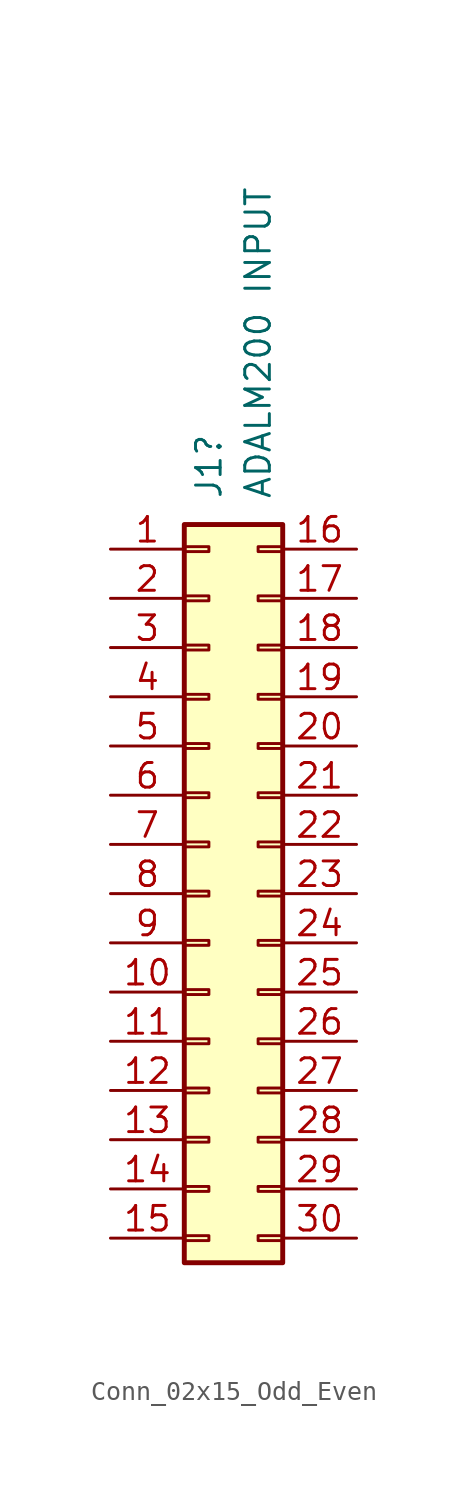
<source format=kicad_sym>
(kicad_symbol_lib
  (version 20211014)
  (generator kicad_symbol_editor)
  (symbol "Conn_02x15_Odd_Even"
    (pin_names
      (offset 1.016) hide)
    (property "Reference" "J1"
      (at -0.0001 20.32 90)
      (effects (font (size 1.27 1.27)) (justify left)))
    (property "Value" "ADALM200 INPUT"
      (at 2.54 20.32 90)
      (effects (font (size 1.27 1.27)) (justify left)))
    (symbol "Conn_02x15_Odd_Even_1_1"
      (rectangle (start -1.27 -17.653) (end 0 -17.907) (stroke (width 0.152) (type default) (color 0 0 0 0)) (fill (type none)))
      (rectangle (start -1.27 -15.113) (end 0 -15.367) (stroke (width 0.152) (type default) (color 0 0 0 0)) (fill (type none)))
      (rectangle (start -1.27 -12.573) (end 0 -12.827) (stroke (width 0.152) (type default) (color 0 0 0 0)) (fill (type none)))
      (rectangle (start -1.27 -10.033) (end 0 -10.287) (stroke (width 0.152) (type default) (color 0 0 0 0)) (fill (type none)))
      (rectangle (start -1.27 -7.493) (end 0 -7.747) (stroke (width 0.152) (type default) (color 0 0 0 0)) (fill (type none)))
      (rectangle (start -1.27 -4.953) (end 0 -5.207) (stroke (width 0.152) (type default) (color 0 0 0 0)) (fill (type none)))
      (rectangle (start -1.27 -2.413) (end 0 -2.667) (stroke (width 0.152) (type default) (color 0 0 0 0)) (fill (type none)))
      (rectangle (start -1.27 0.127) (end 0 -0.127) (stroke (width 0.152) (type default) (color 0 0 0 0)) (fill (type none)))
      (rectangle (start -1.27 2.667) (end 0 2.413) (stroke (width 0.152) (type default) (color 0 0 0 0)) (fill (type none)))
      (rectangle (start -1.27 5.207) (end 0 4.953) (stroke (width 0.152) (type default) (color 0 0 0 0)) (fill (type none)))
      (rectangle (start -1.27 7.747) (end 0 7.493) (stroke (width 0.152) (type default) (color 0 0 0 0)) (fill (type none)))
      (rectangle (start -1.27 10.287) (end 0 10.033) (stroke (width 0.152) (type default) (color 0 0 0 0)) (fill (type none)))
      (rectangle (start -1.27 12.827) (end 0 12.573) (stroke (width 0.152) (type default) (color 0 0 0 0)) (fill (type none)))
      (rectangle (start -1.27 15.367) (end 0 15.113) (stroke (width 0.152) (type default) (color 0 0 0 0)) (fill (type none)))
      (rectangle (start -1.27 17.907) (end 0 17.653) (stroke (width 0.152) (type default) (color 0 0 0 0)) (fill (type none)))
      (rectangle (start -1.27 19.05) (end 3.81 -19.05) (stroke (width 0.254) (type default) (color 0 0 0 0)) (fill (type background)))
      (rectangle (start 3.81 -17.653) (end 2.54 -17.907) (stroke (width 0.152) (type default) (color 0 0 0 0)) (fill (type none)))
      (rectangle (start 3.81 -15.113) (end 2.54 -15.367) (stroke (width 0.152) (type default) (color 0 0 0 0)) (fill (type none)))
      (rectangle (start 3.81 -12.573) (end 2.54 -12.827) (stroke (width 0.152) (type default) (color 0 0 0 0)) (fill (type none)))
      (rectangle (start 3.81 -10.033) (end 2.54 -10.287) (stroke (width 0.152) (type default) (color 0 0 0 0)) (fill (type none)))
      (rectangle (start 3.81 -7.493) (end 2.54 -7.747) (stroke (width 0.152) (type default) (color 0 0 0 0)) (fill (type none)))
      (rectangle (start 3.81 -4.953) (end 2.54 -5.207) (stroke (width 0.152) (type default) (color 0 0 0 0)) (fill (type none)))
      (rectangle (start 3.81 -2.413) (end 2.54 -2.667) (stroke (width 0.152) (type default) (color 0 0 0 0)) (fill (type none)))
      (rectangle (start 3.81 0.127) (end 2.54 -0.127) (stroke (width 0.152) (type default) (color 0 0 0 0)) (fill (type none)))
      (rectangle (start 3.81 2.667) (end 2.54 2.413) (stroke (width 0.152) (type default) (color 0 0 0 0)) (fill (type none)))
      (rectangle (start 3.81 5.207) (end 2.54 4.953) (stroke (width 0.152) (type default) (color 0 0 0 0)) (fill (type none)))
      (rectangle (start 3.81 7.747) (end 2.54 7.493) (stroke (width 0.152) (type default) (color 0 0 0 0)) (fill (type none)))
      (rectangle (start 3.81 10.287) (end 2.54 10.033) (stroke (width 0.152) (type default) (color 0 0 0 0)) (fill (type none)))
      (rectangle (start 3.81 12.827) (end 2.54 12.573) (stroke (width 0.152) (type default) (color 0 0 0 0)) (fill (type none)))
      (rectangle (start 3.81 15.367) (end 2.54 15.113) (stroke (width 0.152) (type default) (color 0 0 0 0)) (fill (type none)))
      (rectangle (start 3.81 17.907) (end 2.54 17.653) (stroke (width 0.152) (type default) (color 0 0 0 0)) (fill (type none)))
      (pin passive line (at -5.08 17.78 0) (length 3.81) (name "Pin_1" (effects (font (size 1.27 1.27)))) (number "1" (effects (font (size 1.27 1.27)))))
      (pin passive line (at -5.08 -5.08 0) (length 3.81) (name "Pin_10" (effects (font (size 1.27 1.27)))) (number "10" (effects (font (size 1.27 1.27)))))
      (pin passive line (at -5.08 -7.62 0) (length 3.81) (name "Pin_1" (effects (font (size 1.27 1.27)))) (number "11" (effects (font (size 1.27 1.27)))))
      (pin passive line (at -5.08 -10.16 0) (length 3.81) (name "Pin_12" (effects (font (size 1.27 1.27)))) (number "12" (effects (font (size 1.27 1.27)))))
      (pin passive line (at -5.08 -12.7 0) (length 3.81) (name "Pin_13" (effects (font (size 1.27 1.27)))) (number "13" (effects (font (size 1.27 1.27)))))
      (pin passive line (at -5.08 -15.24 0) (length 3.81) (name "Pin_14" (effects (font (size 1.27 1.27)))) (number "14" (effects (font (size 1.27 1.27)))))
      (pin passive line (at -5.08 -17.78 0) (length 3.81) (name "Pin_15" (effects (font (size 1.27 1.27)))) (number "15" (effects (font (size 1.27 1.27)))))
      (pin passive line (at 7.62 17.78 180) (length 3.81) (name "Pin_16" (effects (font (size 1.27 1.27)))) (number "16" (effects (font (size 1.27 1.27)))))
      (pin passive line (at 7.62 15.24 180) (length 3.81) (name "Pin_17" (effects (font (size 1.27 1.27)))) (number "17" (effects (font (size 1.27 1.27)))))
      (pin passive line (at 7.62 12.7 180) (length 3.81) (name "Pin_18" (effects (font (size 1.27 1.27)))) (number "18" (effects (font (size 1.27 1.27)))))
      (pin passive line (at 7.62 10.16 180) (length 3.81) (name "Pin_19" (effects (font (size 1.27 1.27)))) (number "19" (effects (font (size 1.27 1.27)))))
      (pin passive line (at -5.08 15.24 0) (length 3.81) (name "Pin_2" (effects (font (size 1.27 1.27)))) (number "2" (effects (font (size 1.27 1.27)))))
      (pin passive line (at 7.62 7.62 180) (length 3.81) (name "Pin_20" (effects (font (size 1.27 1.27)))) (number "20" (effects (font (size 1.27 1.27)))))
      (pin passive line (at 7.62 5.08 180) (length 3.81) (name "Pin_21" (effects (font (size 1.27 1.27)))) (number "21" (effects (font (size 1.27 1.27)))))
      (pin passive line (at 7.62 2.54 180) (length 3.81) (name "Pin_22" (effects (font (size 1.27 1.27)))) (number "22" (effects (font (size 1.27 1.27)))))
      (pin passive line (at 7.62 0 180) (length 3.81) (name "Pin_23" (effects (font (size 1.27 1.27)))) (number "23" (effects (font (size 1.27 1.27)))))
      (pin passive line (at 7.62 -2.54 180) (length 3.81) (name "Pin_24" (effects (font (size 1.27 1.27)))) (number "24" (effects (font (size 1.27 1.27)))))
      (pin passive line (at 7.62 -5.08 180) (length 3.81) (name "Pin_25" (effects (font (size 1.27 1.27)))) (number "25" (effects (font (size 1.27 1.27)))))
      (pin passive line (at 7.62 -7.62 180) (length 3.81) (name "Pin_26" (effects (font (size 1.27 1.27)))) (number "26" (effects (font (size 1.27 1.27)))))
      (pin passive line (at 7.62 -10.16 180) (length 3.81) (name "Pin_27" (effects (font (size 1.27 1.27)))) (number "27" (effects (font (size 1.27 1.27)))))
      (pin passive line (at 7.62 -12.7 180) (length 3.81) (name "Pin_28" (effects (font (size 1.27 1.27)))) (number "28" (effects (font (size 1.27 1.27)))))
      (pin passive line (at 7.62 -15.24 180) (length 3.81) (name "Pin_29" (effects (font (size 1.27 1.27)))) (number "29" (effects (font (size 1.27 1.27)))))
      (pin passive line (at -5.08 12.7 0) (length 3.81) (name "Pin_3" (effects (font (size 1.27 1.27)))) (number "3" (effects (font (size 1.27 1.27)))))
      (pin passive line (at 7.62 -17.78 180) (length 3.81) (name "Pin_30" (effects (font (size 1.27 1.27)))) (number "30" (effects (font (size 1.27 1.27)))))
      (pin passive line (at -5.08 10.16 0) (length 3.81) (name "Pin_4" (effects (font (size 1.27 1.27)))) (number "4" (effects (font (size 1.27 1.27)))))
      (pin passive line (at -5.08 7.62 0) (length 3.81) (name "Pin_5" (effects (font (size 1.27 1.27)))) (number "5" (effects (font (size 1.27 1.27)))))
      (pin passive line (at -5.08 5.08 0) (length 3.81) (name "Pin_6" (effects (font (size 1.27 1.27)))) (number "6" (effects (font (size 1.27 1.27)))))
      (pin passive line (at -5.08 2.54 0) (length 3.81) (name "Pin_7" (effects (font (size 1.27 1.27)))) (number "7" (effects (font (size 1.27 1.27)))))
      (pin passive line (at -5.08 0 0) (length 3.81) (name "Pin_8" (effects (font (size 1.27 1.27)))) (number "8" (effects (font (size 1.27 1.27)))))
      (pin passive line (at -5.08 -2.54 0) (length 3.81) (name "Pin_9" (effects (font (size 1.27 1.27)))) (number "9" (effects (font (size 1.27 1.27))))))))
</source>
